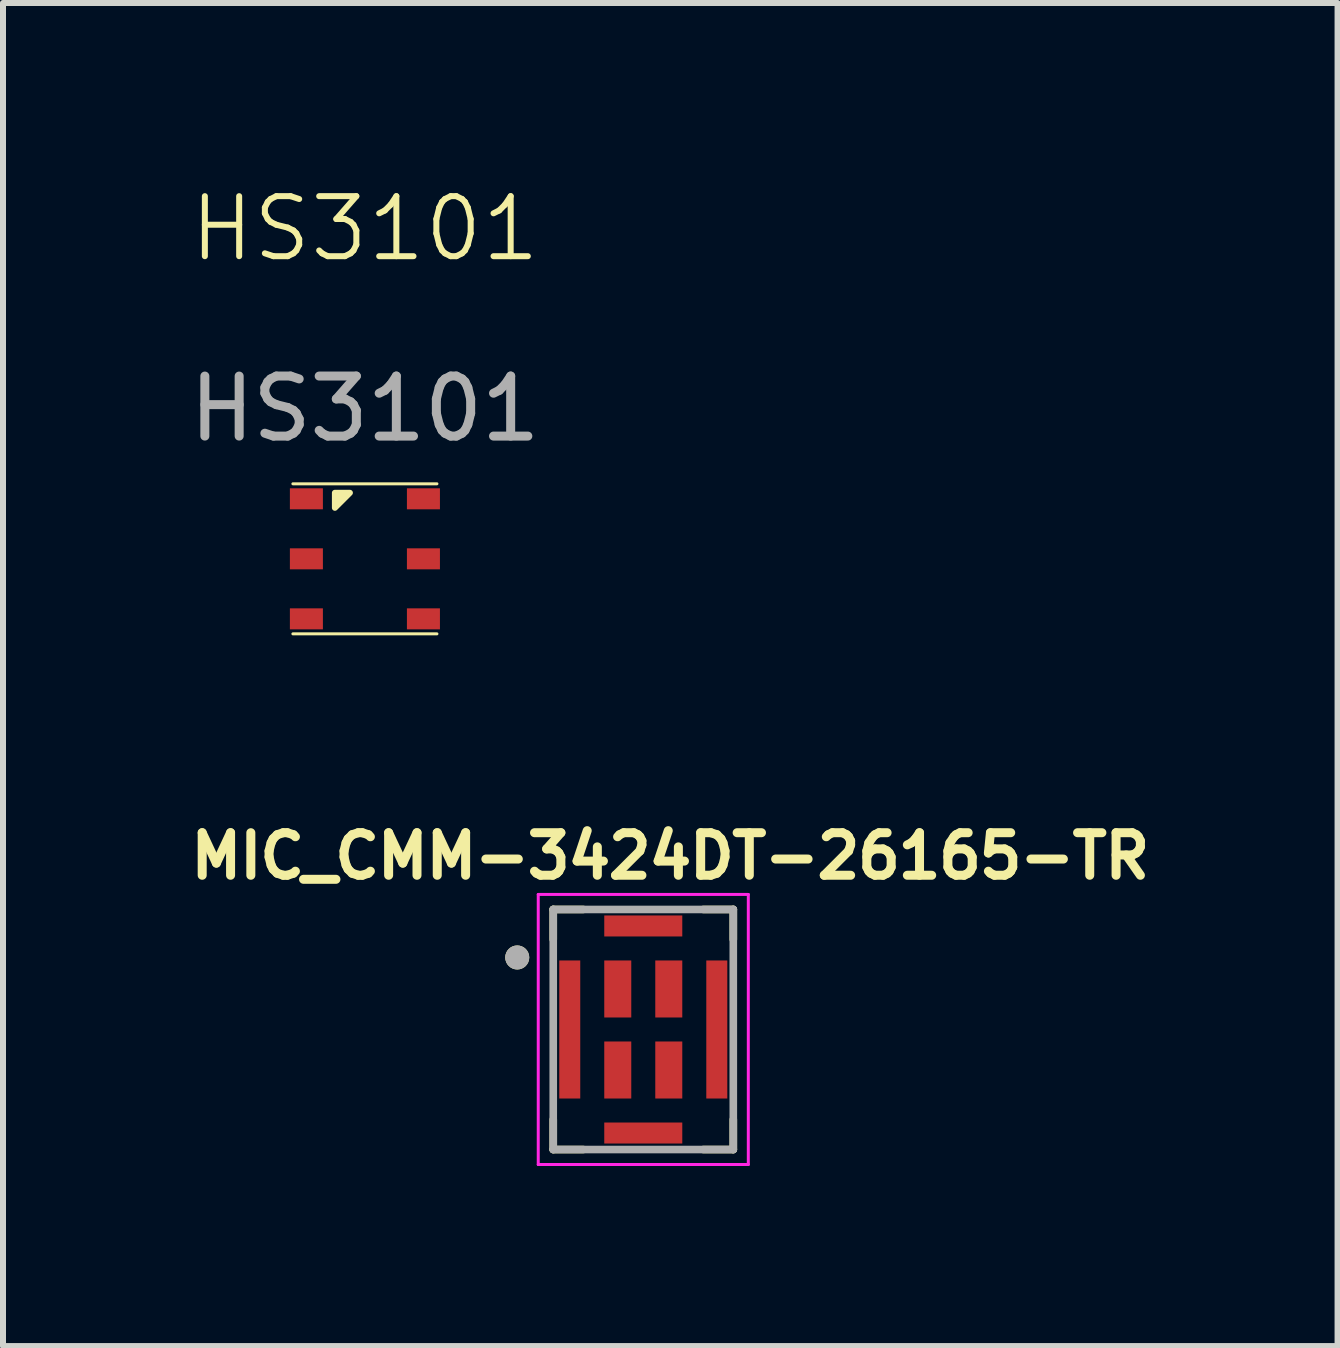
<source format=kicad_pcb>
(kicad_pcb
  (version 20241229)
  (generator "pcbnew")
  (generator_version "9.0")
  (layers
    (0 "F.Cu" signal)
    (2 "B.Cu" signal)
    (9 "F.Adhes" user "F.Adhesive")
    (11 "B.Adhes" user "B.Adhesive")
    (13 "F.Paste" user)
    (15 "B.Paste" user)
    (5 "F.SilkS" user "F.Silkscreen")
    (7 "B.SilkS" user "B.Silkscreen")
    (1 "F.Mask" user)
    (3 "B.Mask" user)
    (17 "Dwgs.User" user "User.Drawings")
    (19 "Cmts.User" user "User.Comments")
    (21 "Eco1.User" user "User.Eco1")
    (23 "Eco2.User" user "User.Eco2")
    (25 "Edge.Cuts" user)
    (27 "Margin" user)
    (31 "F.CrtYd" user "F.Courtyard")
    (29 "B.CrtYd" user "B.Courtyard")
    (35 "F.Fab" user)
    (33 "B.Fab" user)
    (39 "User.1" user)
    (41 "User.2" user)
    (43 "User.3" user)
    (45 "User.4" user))
  (footprint "HS3101"
    (layer "F.Cu")
    (at 3.03 6.261)
    (property "Reference" "HS3101" (at 0 -5.5 0) (unlocked yes) (layer "F.SilkS") (effects (font (size 1 1) (thickness 0.1))))
    (attr smd)
    (fp_line (start -1.2 -1.25) (end 1.2 -1.25) (stroke (width 0.05) (type default)) (layer "F.SilkS"))
    (fp_line (start -1.2 1.25) (end 1.2 1.25) (stroke (width 0.05) (type default)) (layer "F.SilkS"))
    (fp_poly (pts (xy -0.5 -1.1) (xy -0.5 -0.85) (xy -0.25 -1.1)) (stroke (width 0.1) (type solid)) (fill yes) (layer "F.SilkS"))
    (fp_text user "${REFERENCE}" (at 0 -2.5 0) (unlocked yes) (layer "F.Fab") (effects (font (size 1 1) (thickness 0.15))))
    (pad "1" smd rect (at -0.975 -1) (size 0.55 0.35) (layers "F.Cu" "F.Mask" "F.Paste"))
    (pad "2" smd rect (at -0.975 0) (size 0.55 0.35) (layers "F.Cu" "F.Mask" "F.Paste"))
    (pad "3" smd rect (at -0.975 1) (size 0.55 0.35) (layers "F.Cu" "F.Mask" "F.Paste"))
    (pad "4" smd rect (at 0.975 1) (size 0.55 0.35) (layers "F.Cu" "F.Mask" "F.Paste"))
    (pad "5" smd rect (at 0.975 0) (size 0.55 0.35) (layers "F.Cu" "F.Mask" "F.Paste"))
    (pad "6" smd rect (at 0.975 -1) (size 0.55 0.35) (layers "F.Cu" "F.Mask" "F.Paste")))
  (footprint "MIC_CMM-3424DT-26165-TR"
    (layer "F.Cu")
    (at 7.668 14.103)
    (property "Reference" "MIC_CMM-3424DT-26165-TR" (at 0.45 -2.89 0) (layer "F.SilkS") (effects (font (size 0.709 0.709) (thickness 0.15))))
    (attr smd)
    (fp_line (start -1.5 -2) (end -1.5 -1.5) (stroke (width 0.127) (type solid)) (layer "F.SilkS"))
    (fp_line (start -1.5 2) (end -1.5 1.5) (stroke (width 0.127) (type solid)) (layer "F.SilkS"))
    (fp_line (start -1 -2) (end -1.5 -2) (stroke (width 0.127) (type solid)) (layer "F.SilkS"))
    (fp_line (start -1 2) (end -1.5 2) (stroke (width 0.127) (type solid)) (layer "F.SilkS"))
    (fp_line (start 1 2) (end 1.5 2) (stroke (width 0.127) (type solid)) (layer "F.SilkS"))
    (fp_line (start 1.5 -2) (end 1 -2) (stroke (width 0.127) (type solid)) (layer "F.SilkS"))
    (fp_line (start 1.5 -1.5) (end 1.5 -2) (stroke (width 0.127) (type solid)) (layer "F.SilkS"))
    (fp_line (start 1.5 2) (end 1.5 1.5) (stroke (width 0.127) (type solid)) (layer "F.SilkS"))
    (fp_circle (center -2.1 -1.2) (end -2 -1.2) (stroke (width 0.2) (type solid)) (fill no) (layer "F.SilkS"))
    (fp_line (start -1.75 -2.25) (end -1.75 2.25) (stroke (width 0.05) (type solid)) (layer "F.CrtYd"))
    (fp_line (start -1.75 2.25) (end 1.75 2.25) (stroke (width 0.05) (type solid)) (layer "F.CrtYd"))
    (fp_line (start 1.75 -2.25) (end -1.75 -2.25) (stroke (width 0.05) (type solid)) (layer "F.CrtYd"))
    (fp_line (start 1.75 2.25) (end 1.75 -2.25) (stroke (width 0.05) (type solid)) (layer "F.CrtYd"))
    (fp_line (start -1.5 -2) (end -1.5 2) (stroke (width 0.127) (type solid)) (layer "F.Fab"))
    (fp_line (start -1.5 2) (end 1.5 2) (stroke (width 0.127) (type solid)) (layer "F.Fab"))
    (fp_line (start 1.5 -2) (end -1.5 -2) (stroke (width 0.127) (type solid)) (layer "F.Fab"))
    (fp_line (start 1.5 2) (end 1.5 -2) (stroke (width 0.127) (type solid)) (layer "F.Fab"))
    (fp_circle (center -2.1 -1.2) (end -2 -1.2) (stroke (width 0.2) (type solid)) (fill no) (layer "F.Fab"))
    (pad "1" smd rect (at -0.425 -0.675) (size 0.45 0.95) (layers "F.Cu" "F.Mask" "F.Paste"))
    (pad "2" smd rect (at -0.425 0.675) (size 0.45 0.95) (layers "F.Cu" "F.Mask" "F.Paste"))
    (pad "3" smd rect (at 0.425 0.675) (size 0.45 0.95) (layers "F.Cu" "F.Mask" "F.Paste"))
    (pad "4" smd rect (at 0.425 -0.675) (size 0.45 0.95) (layers "F.Cu" "F.Mask" "F.Paste"))
    (pad "5" smd rect (at 0 -1.725) (size 1.3 0.35) (layers "F.Cu" "F.Mask" "F.Paste"))
    (pad "6" smd rect (at -1.225 0) (size 0.35 2.3) (layers "F.Cu" "F.Mask" "F.Paste"))
    (pad "7" smd rect (at 0 1.725) (size 1.3 0.35) (layers "F.Cu" "F.Mask" "F.Paste"))
    (pad "8" smd rect (at 1.225 0) (size 0.35 2.3) (layers "F.Cu" "F.Mask" "F.Paste")))
  (gr_rect
    (start -3 -3)
    (end 19.236 19.378)
    (stroke (width 0.1) (type default))
    (fill no)
    (layer "Edge.Cuts")))
</source>
